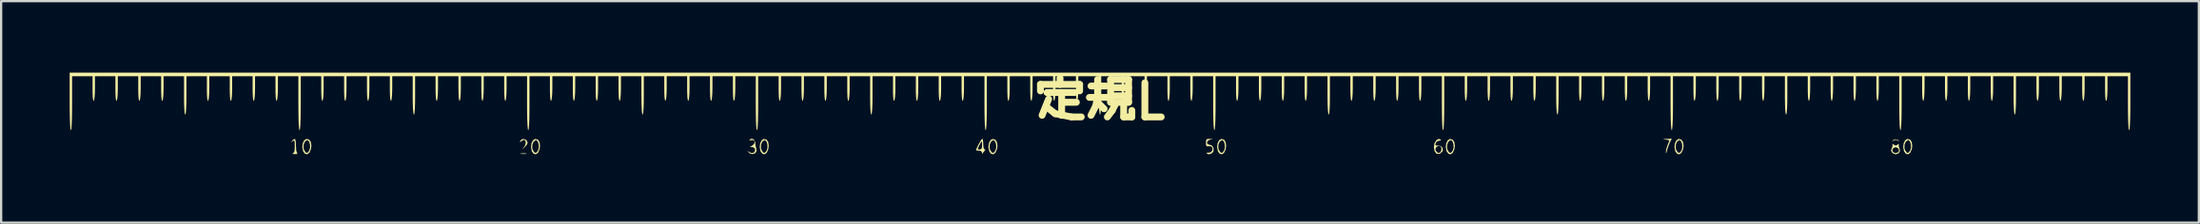
<source format=kicad_pcb>
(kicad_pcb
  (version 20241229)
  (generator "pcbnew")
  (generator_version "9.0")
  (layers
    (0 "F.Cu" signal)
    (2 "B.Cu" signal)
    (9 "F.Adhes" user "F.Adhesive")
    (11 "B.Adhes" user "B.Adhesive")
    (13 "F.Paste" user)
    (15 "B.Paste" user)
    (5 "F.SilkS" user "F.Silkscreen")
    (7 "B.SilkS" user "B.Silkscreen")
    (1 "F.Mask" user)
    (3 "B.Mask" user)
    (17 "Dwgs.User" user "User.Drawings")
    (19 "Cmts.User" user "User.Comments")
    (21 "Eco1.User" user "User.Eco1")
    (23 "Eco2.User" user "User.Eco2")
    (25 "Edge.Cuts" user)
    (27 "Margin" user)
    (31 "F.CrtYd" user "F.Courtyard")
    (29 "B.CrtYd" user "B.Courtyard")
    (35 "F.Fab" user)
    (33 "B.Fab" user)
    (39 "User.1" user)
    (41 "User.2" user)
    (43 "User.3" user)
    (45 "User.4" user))
  (footprint "定規L"
    (layer "F.Cu")
    (at 45.109 1.404)
    (property "Reference" "定規L" (at 0 0 0) (layer "F.SilkS") (effects (font (size 1.5 1.5) (thickness 0.3))))
    (attr board_only exclude_from_pos_files exclude_from_bom)
    (fp_poly (pts (xy -25.123 2.281) (xy -25.098 2.295) (xy -25.165 2.303) (xy -25.242 2.304) (xy -25.356 2.3) (xy -25.387 2.29) (xy -25.36 2.281) (xy -25.207 2.273)) (stroke (width 0) (type solid)) (fill yes) (layer "F.SilkS"))
    (fp_poly (pts (xy 34.933 1.685) (xy 34.969 1.727) (xy 34.967 1.758) (xy 34.956 1.74) (xy 34.887 1.694) (xy 34.833 1.686) (xy 34.738 1.712) (xy 34.709 1.74) (xy 34.693 1.752) (xy 34.696 1.727) (xy 34.752 1.675) (xy 34.833 1.66)) (stroke (width 0) (type solid)) (fill yes) (layer "F.SilkS"))
    (fp_poly (pts (xy -25.114 1.697) (xy -25.086 1.735) (xy -25.062 1.814) (xy -25.092 1.894) (xy -25.191 2.007) (xy -25.201 2.017) (xy -25.276 2.091) (xy -25.288 2.095) (xy -25.255 2.055) (xy -25.171 1.923) (xy -25.141 1.803) (xy -25.159 1.717) (xy -25.219 1.685) (xy -25.315 1.728) (xy -25.343 1.752) (xy -25.394 1.79) (xy -25.39 1.743) (xy -25.389 1.739) (xy -25.321 1.661) (xy -25.215 1.647)) (stroke (width 0) (type solid)) (fill yes) (layer "F.SilkS"))
    (fp_poly (pts (xy 24.953 1.79) (xy 24.884 1.953) (xy 24.828 2.135) (xy 24.825 2.146) (xy 24.794 2.252) (xy 24.776 2.257) (xy 24.773 2.225) (xy 24.79 2.096) (xy 24.837 1.938) (xy 24.847 1.915) (xy 24.897 1.791) (xy 24.924 1.716) (xy 24.926 1.71) (xy 24.88 1.693) (xy 24.768 1.673) (xy 24.754 1.672) (xy 24.663 1.658) (xy 24.665 1.65) (xy 24.766 1.644) (xy 24.809 1.642) (xy 25.034 1.634)) (stroke (width 0) (type solid)) (fill yes) (layer "F.SilkS"))
    (fp_poly (pts (xy -35.236 1.657) (xy -35.209 1.76) (xy -35.202 1.945) (xy -35.19 2.149) (xy -35.157 2.264) (xy -35.136 2.284) (xy -35.137 2.3) (xy -35.221 2.308) (xy -35.254 2.308) (xy -35.35 2.302) (xy -35.362 2.287) (xy -35.347 2.282) (xy -35.292 2.246) (xy -35.263 2.159) (xy -35.254 1.994) (xy -35.254 1.966) (xy -35.257 1.802) (xy -35.27 1.725) (xy -35.302 1.716) (xy -35.347 1.746) (xy -35.409 1.791) (xy -35.396 1.764) (xy -35.366 1.726) (xy -35.287 1.647)) (stroke (width 0) (type solid)) (fill yes) (layer "F.SilkS"))
    (fp_poly (pts (xy -34.626 1.671) (xy -34.551 1.778) (xy -34.526 1.943) (xy -34.547 2.096) (xy -34.614 2.248) (xy -34.707 2.317) (xy -34.805 2.298) (xy -34.887 2.187) (xy -34.89 2.177) (xy -34.917 2.043) (xy -34.869 2.043) (xy -34.843 2.132) (xy -34.769 2.244) (xy -34.695 2.25) (xy -34.619 2.155) (xy -34.584 2.029) (xy -34.588 1.888) (xy -34.623 1.766) (xy -34.684 1.7) (xy -34.716 1.697) (xy -34.809 1.762) (xy -34.863 1.89) (xy -34.869 2.043) (xy -34.917 2.043) (xy -34.924 2.006) (xy -34.904 1.837) (xy -34.841 1.706) (xy -34.742 1.643) (xy -34.741 1.643)) (stroke (width 0) (type solid)) (fill yes) (layer "F.SilkS"))
    (fp_poly (pts (xy -24.613 1.671) (xy -24.539 1.778) (xy -24.514 1.943) (xy -24.535 2.096) (xy -24.602 2.248) (xy -24.695 2.317) (xy -24.793 2.298) (xy -24.874 2.187) (xy -24.878 2.177) (xy -24.904 2.043) (xy -24.857 2.043) (xy -24.831 2.132) (xy -24.757 2.244) (xy -24.682 2.25) (xy -24.607 2.155) (xy -24.571 2.029) (xy -24.575 1.888) (xy -24.611 1.766) (xy -24.671 1.7) (xy -24.704 1.697) (xy -24.796 1.762) (xy -24.851 1.89) (xy -24.857 2.043) (xy -24.904 2.043) (xy -24.911 2.006) (xy -24.892 1.837) (xy -24.828 1.706) (xy -24.73 1.643) (xy -24.729 1.643)) (stroke (width 0) (type solid)) (fill yes) (layer "F.SilkS"))
    (fp_poly (pts (xy -14.601 1.671) (xy -14.526 1.778) (xy -14.502 1.943) (xy -14.522 2.096) (xy -14.589 2.248) (xy -14.683 2.317) (xy -14.78 2.298) (xy -14.862 2.187) (xy -14.865 2.177) (xy -14.892 2.043) (xy -14.844 2.043) (xy -14.818 2.132) (xy -14.744 2.244) (xy -14.67 2.25) (xy -14.594 2.155) (xy -14.559 2.029) (xy -14.563 1.888) (xy -14.598 1.766) (xy -14.659 1.7) (xy -14.691 1.697) (xy -14.784 1.762) (xy -14.838 1.89) (xy -14.844 2.043) (xy -14.892 2.043) (xy -14.899 2.006) (xy -14.879 1.837) (xy -14.816 1.706) (xy -14.717 1.643) (xy -14.716 1.643)) (stroke (width 0) (type solid)) (fill yes) (layer "F.SilkS"))
    (fp_poly (pts (xy -4.588 1.671) (xy -4.514 1.778) (xy -4.489 1.943) (xy -4.51 2.096) (xy -4.577 2.248) (xy -4.67 2.317) (xy -4.768 2.298) (xy -4.849 2.187) (xy -4.853 2.177) (xy -4.879 2.043) (xy -4.832 2.043) (xy -4.806 2.132) (xy -4.732 2.244) (xy -4.657 2.25) (xy -4.582 2.155) (xy -4.546 2.029) (xy -4.55 1.888) (xy -4.586 1.766) (xy -4.646 1.7) (xy -4.679 1.697) (xy -4.771 1.762) (xy -4.826 1.89) (xy -4.832 2.043) (xy -4.879 2.043) (xy -4.887 2.006) (xy -4.867 1.837) (xy -4.803 1.706) (xy -4.705 1.643) (xy -4.704 1.643)) (stroke (width 0) (type solid)) (fill yes) (layer "F.SilkS"))
    (fp_poly (pts (xy 5.424 1.671) (xy 5.499 1.778) (xy 5.523 1.943) (xy 5.503 2.096) (xy 5.435 2.248) (xy 5.342 2.317) (xy 5.245 2.298) (xy 5.163 2.187) (xy 5.159 2.177) (xy 5.133 2.043) (xy 5.181 2.043) (xy 5.206 2.132) (xy 5.281 2.244) (xy 5.355 2.25) (xy 5.431 2.155) (xy 5.466 2.029) (xy 5.462 1.888) (xy 5.427 1.766) (xy 5.366 1.7) (xy 5.334 1.697) (xy 5.241 1.762) (xy 5.186 1.89) (xy 5.181 2.043) (xy 5.133 2.043) (xy 5.126 2.006) (xy 5.145 1.837) (xy 5.209 1.706) (xy 5.308 1.643) (xy 5.309 1.643)) (stroke (width 0) (type solid)) (fill yes) (layer "F.SilkS"))
    (fp_poly (pts (xy 15.436 1.671) (xy 15.511 1.778) (xy 15.536 1.943) (xy 15.515 2.096) (xy 15.448 2.248) (xy 15.355 2.317) (xy 15.257 2.298) (xy 15.176 2.187) (xy 15.172 2.177) (xy 15.146 2.043) (xy 15.193 2.043) (xy 15.219 2.132) (xy 15.293 2.244) (xy 15.368 2.25) (xy 15.443 2.155) (xy 15.479 2.029) (xy 15.475 1.888) (xy 15.439 1.766) (xy 15.379 1.7) (xy 15.346 1.697) (xy 15.254 1.762) (xy 15.199 1.89) (xy 15.193 2.043) (xy 15.146 2.043) (xy 15.138 2.006) (xy 15.158 1.837) (xy 15.222 1.706) (xy 15.32 1.643) (xy 15.321 1.643)) (stroke (width 0) (type solid)) (fill yes) (layer "F.SilkS"))
    (fp_poly (pts (xy 25.449 1.671) (xy 25.524 1.778) (xy 25.548 1.943) (xy 25.528 2.096) (xy 25.46 2.248) (xy 25.367 2.317) (xy 25.269 2.298) (xy 25.188 2.187) (xy 25.184 2.177) (xy 25.158 2.043) (xy 25.206 2.043) (xy 25.231 2.132) (xy 25.306 2.244) (xy 25.38 2.25) (xy 25.456 2.155) (xy 25.491 2.029) (xy 25.487 1.888) (xy 25.451 1.766) (xy 25.391 1.7) (xy 25.359 1.697) (xy 25.266 1.762) (xy 25.211 1.89) (xy 25.206 2.043) (xy 25.158 2.043) (xy 25.151 2.006) (xy 25.17 1.837) (xy 25.234 1.706) (xy 25.333 1.643) (xy 25.334 1.643)) (stroke (width 0) (type solid)) (fill yes) (layer "F.SilkS"))
    (fp_poly (pts (xy 35.461 1.671) (xy 35.536 1.778) (xy 35.561 1.943) (xy 35.54 2.096) (xy 35.473 2.248) (xy 35.38 2.317) (xy 35.282 2.298) (xy 35.2 2.187) (xy 35.197 2.177) (xy 35.171 2.043) (xy 35.218 2.043) (xy 35.244 2.132) (xy 35.318 2.244) (xy 35.393 2.25) (xy 35.468 2.155) (xy 35.503 2.029) (xy 35.5 1.888) (xy 35.464 1.766) (xy 35.404 1.7) (xy 35.371 1.697) (xy 35.279 1.762) (xy 35.224 1.89) (xy 35.218 2.043) (xy 35.171 2.043) (xy 35.163 2.006) (xy 35.183 1.837) (xy 35.247 1.706) (xy 35.345 1.643) (xy 35.346 1.643)) (stroke (width 0) (type solid)) (fill yes) (layer "F.SilkS"))
    (fp_poly (pts (xy -15.152 1.67) (xy -15.098 1.778) (xy -15.094 1.819) (xy -15.077 1.967) (xy -15.048 2.069) (xy -15.038 2.186) (xy -15.1 2.271) (xy -15.204 2.31) (xy -15.319 2.288) (xy -15.392 2.226) (xy -15.435 2.166) (xy -15.411 2.18) (xy -15.388 2.2) (xy -15.269 2.262) (xy -15.164 2.249) (xy -15.104 2.176) (xy -15.111 2.068) (xy -15.177 2.014) (xy -15.248 1.999) (xy -15.326 1.994) (xy -15.309 1.976) (xy -15.243 1.948) (xy -15.144 1.863) (xy -15.124 1.787) (xy -15.142 1.707) (xy -15.218 1.693) (xy -15.26 1.7) (xy -15.348 1.706) (xy -15.344 1.675) (xy -15.245 1.63)) (stroke (width 0) (type solid)) (fill yes) (layer "F.SilkS"))
    (fp_poly (pts (xy 4.916 1.648) (xy 4.923 1.656) (xy 4.835 1.671) (xy 4.732 1.717) (xy 4.685 1.793) (xy 4.702 1.864) (xy 4.788 1.897) (xy 4.794 1.897) (xy 4.907 1.941) (xy 4.972 2.048) (xy 4.968 2.18) (xy 4.954 2.213) (xy 4.87 2.293) (xy 4.761 2.319) (xy 4.674 2.281) (xy 4.667 2.271) (xy 4.682 2.243) (xy 4.733 2.248) (xy 4.845 2.233) (xy 4.918 2.15) (xy 4.922 2.035) (xy 4.921 2.031) (xy 4.848 1.963) (xy 4.762 1.964) (xy 4.677 1.968) (xy 4.643 1.916) (xy 4.637 1.811) (xy 4.646 1.691) (xy 4.694 1.645) (xy 4.809 1.642)) (stroke (width 0) (type solid)) (fill yes) (layer "F.SilkS"))
    (fp_poly (pts (xy 34.973 1.882) (xy 34.968 1.972) (xy 34.999 2.049) (xy 35.025 2.169) (xy 34.967 2.271) (xy 34.848 2.318) (xy 34.833 2.319) (xy 34.724 2.281) (xy 34.671 2.235) (xy 34.629 2.147) (xy 34.637 2.126) (xy 34.684 2.126) (xy 34.712 2.21) (xy 34.798 2.262) (xy 34.833 2.266) (xy 34.936 2.23) (xy 34.974 2.182) (xy 34.966 2.086) (xy 34.933 2.051) (xy 34.844 2.008) (xy 34.767 2.03) (xy 34.733 2.051) (xy 34.684 2.126) (xy 34.637 2.126) (xy 34.666 2.049) (xy 34.703 1.942) (xy 34.693 1.882) (xy 34.691 1.855) (xy 34.744 1.89) (xy 34.829 1.936) (xy 34.911 1.899) (xy 34.922 1.89) (xy 34.979 1.854)) (stroke (width 0) (type solid)) (fill yes) (layer "F.SilkS"))
    (fp_poly (pts (xy 14.914 1.666) (xy 14.919 1.671) (xy 14.923 1.709) (xy 14.856 1.717) (xy 14.743 1.76) (xy 14.699 1.828) (xy 14.681 1.911) (xy 14.733 1.935) (xy 14.79 1.933) (xy 14.925 1.961) (xy 15.003 2.047) (xy 15.005 2.163) (xy 14.986 2.2) (xy 14.881 2.294) (xy 14.756 2.297) (xy 14.72 2.279) (xy 14.647 2.177) (xy 14.633 2.103) (xy 14.683 2.103) (xy 14.707 2.169) (xy 14.79 2.254) (xy 14.88 2.248) (xy 14.939 2.161) (xy 14.946 2.031) (xy 14.886 1.958) (xy 14.788 1.96) (xy 14.715 2.011) (xy 14.683 2.103) (xy 14.633 2.103) (xy 14.617 2.021) (xy 14.637 1.855) (xy 14.646 1.828) (xy 14.724 1.701) (xy 14.822 1.642)) (stroke (width 0) (type solid)) (fill yes) (layer "F.SilkS"))
    (fp_poly (pts (xy -5.129 1.681) (xy -5.114 1.8) (xy -5.112 1.871) (xy -5.098 2.036) (xy -5.057 2.106) (xy -5.046 2.109) (xy -5.011 2.124) (xy -5.038 2.148) (xy -5.108 2.23) (xy -5.126 2.266) (xy -5.151 2.311) (xy -5.16 2.254) (xy -5.16 2.253) (xy -5.206 2.177) (xy -5.296 2.161) (xy -5.395 2.152) (xy -5.428 2.136) (xy -5.416 2.097) (xy -5.345 2.097) (xy -5.29 2.108) (xy -5.271 2.108) (xy -5.199 2.089) (xy -5.169 2.013) (xy -5.164 1.915) (xy -5.167 1.79) (xy -5.184 1.755) (xy -5.225 1.811) (xy -5.291 1.937) (xy -5.344 2.049) (xy -5.345 2.097) (xy -5.416 2.097) (xy -5.405 2.062) (xy -5.348 1.942) (xy -5.276 1.808) (xy -5.207 1.695) (xy -5.16 1.636) (xy -5.154 1.634)) (stroke (width 0) (type solid)) (fill yes) (layer "F.SilkS"))
    (fp_poly (pts (xy 45.109 0) (xy 45.107 0.434) (xy 45.1 0.782) (xy 45.09 1.04) (xy 45.076 1.202) (xy 45.058 1.264) (xy 45.056 1.265) (xy 45.037 1.213) (xy 45.023 1.061) (xy 45.012 0.814) (xy 45.005 0.478) (xy 45.003 0.079) (xy 45.003 -1.107) (xy 44.555 -1.107) (xy 44.107 -1.107) (xy 44.107 -0.583) (xy 44.102 -0.354) (xy 44.089 -0.17) (xy 44.069 -0.054) (xy 44.055 -0.026) (xy 44.029 -0.06) (xy 44.012 -0.193) (xy 44.003 -0.42) (xy 44.002 -0.55) (xy 44.002 -1.107) (xy 43.554 -1.107) (xy 43.106 -1.107) (xy 43.106 -0.583) (xy 43.101 -0.354) (xy 43.088 -0.17) (xy 43.068 -0.054) (xy 43.054 -0.026) (xy 43.028 -0.06) (xy 43.011 -0.193) (xy 43.002 -0.42) (xy 43.001 -0.55) (xy 43.001 -1.107) (xy 42.553 -1.107) (xy 42.105 -1.107) (xy 42.105 -0.583) (xy 42.1 -0.354) (xy 42.086 -0.17) (xy 42.066 -0.054) (xy 42.052 -0.026) (xy 42.027 -0.06) (xy 42.009 -0.193) (xy 42.001 -0.42) (xy 42 -0.55) (xy 42 -1.107) (xy 41.552 -1.107) (xy 41.104 -1.107) (xy 41.104 -0.583) (xy 41.099 -0.354) (xy 41.085 -0.17) (xy 41.065 -0.054) (xy 41.051 -0.026) (xy 41.025 -0.06) (xy 41.008 -0.193) (xy 40.999 -0.42) (xy 40.998 -0.55) (xy 40.998 -1.107) (xy 40.55 -1.107) (xy 40.102 -1.107) (xy 40.102 -0.263) (xy 40.099 0.072) (xy 40.09 0.33) (xy 40.075 0.501) (xy 40.055 0.577) (xy 40.05 0.58) (xy 40.029 0.528) (xy 40.013 0.38) (xy 40.002 0.143) (xy 39.997 -0.175) (xy 39.997 -0.263) (xy 39.997 -1.107) (xy 39.549 -1.107) (xy 39.101 -1.107) (xy 39.101 -0.583) (xy 39.096 -0.354) (xy 39.083 -0.17) (xy 39.063 -0.054) (xy 39.049 -0.026) (xy 39.023 -0.06) (xy 39.006 -0.193) (xy 38.997 -0.42) (xy 38.996 -0.55) (xy 38.996 -1.107) (xy 38.548 -1.107) (xy 38.1 -1.107) (xy 38.1 -0.583) (xy 38.095 -0.354) (xy 38.081 -0.17) (xy 38.061 -0.054) (xy 38.047 -0.026) (xy 38.022 -0.06) (xy 38.004 -0.193) (xy 37.996 -0.42) (xy 37.995 -0.55) (xy 37.995 -1.107) (xy 37.547 -1.107) (xy 37.099 -1.107) (xy 37.099 -0.583) (xy 37.094 -0.354) (xy 37.08 -0.17) (xy 37.06 -0.054) (xy 37.046 -0.026) (xy 37.02 -0.06) (xy 37.003 -0.193) (xy 36.994 -0.42) (xy 36.993 -0.55) (xy 36.993 -1.107) (xy 36.545 -1.107) (xy 36.098 -1.107) (xy 36.098 -0.583) (xy 36.092 -0.354) (xy 36.079 -0.17) (xy 36.059 -0.054) (xy 36.045 -0.026) (xy 36.019 -0.06) (xy 36.002 -0.193) (xy 35.993 -0.42) (xy 35.992 -0.55) (xy 35.992 -1.107) (xy 35.544 -1.107) (xy 35.096 -1.107) (xy 35.096 0.079) (xy 35.094 0.496) (xy 35.087 0.828) (xy 35.076 1.071) (xy 35.061 1.218) (xy 35.044 1.265) (xy 35.025 1.213) (xy 35.01 1.061) (xy 34.999 0.814) (xy 34.993 0.478) (xy 34.991 0.079) (xy 34.991 -1.107) (xy 34.543 -1.107) (xy 34.095 -1.107) (xy 34.095 -0.583) (xy 34.09 -0.354) (xy 34.076 -0.17) (xy 34.056 -0.054) (xy 34.042 -0.026) (xy 34.017 -0.06) (xy 33.999 -0.193) (xy 33.991 -0.42) (xy 33.99 -0.55) (xy 33.99 -1.107) (xy 33.542 -1.107) (xy 33.094 -1.107) (xy 33.094 -0.583) (xy 33.089 -0.354) (xy 33.075 -0.17) (xy 33.055 -0.054) (xy 33.041 -0.026) (xy 33.015 -0.06) (xy 32.998 -0.193) (xy 32.989 -0.42) (xy 32.988 -0.55) (xy 32.988 -1.107) (xy 32.54 -1.107) (xy 32.093 -1.107) (xy 32.093 -0.583) (xy 32.088 -0.354) (xy 32.074 -0.17) (xy 32.054 -0.054) (xy 32.04 -0.026) (xy 32.014 -0.06) (xy 31.997 -0.193) (xy 31.988 -0.42) (xy 31.987 -0.55) (xy 31.987 -1.107) (xy 31.539 -1.107) (xy 31.091 -1.107) (xy 31.091 -0.583) (xy 31.086 -0.354) (xy 31.073 -0.17) (xy 31.053 -0.054) (xy 31.039 -0.026) (xy 31.013 -0.06) (xy 30.996 -0.193) (xy 30.987 -0.42) (xy 30.986 -0.55) (xy 30.986 -1.107) (xy 30.538 -1.107) (xy 30.09 -1.107) (xy 30.09 -0.263) (xy 30.087 0.072) (xy 30.078 0.33) (xy 30.063 0.501) (xy 30.043 0.577) (xy 30.037 0.58) (xy 30.016 0.528) (xy 30 0.38) (xy 29.99 0.143) (xy 29.985 -0.175) (xy 29.985 -0.263) (xy 29.985 -1.107) (xy 29.537 -1.107) (xy 29.089 -1.107) (xy 29.089 -0.583) (xy 29.084 -0.354) (xy 29.07 -0.17) (xy 29.05 -0.054) (xy 29.036 -0.026) (xy 29.011 -0.06) (xy 28.993 -0.193) (xy 28.984 -0.42) (xy 28.983 -0.55) (xy 28.983 -1.107) (xy 28.535 -1.107) (xy 28.088 -1.107) (xy 28.088 -0.583) (xy 28.083 -0.354) (xy 28.069 -0.17) (xy 28.049 -0.054) (xy 28.035 -0.026) (xy 28.009 -0.06) (xy 27.992 -0.193) (xy 27.983 -0.42) (xy 27.982 -0.55) (xy 27.982 -1.107) (xy 27.534 -1.107) (xy 27.086 -1.107) (xy 27.086 -0.583) (xy 27.081 -0.354) (xy 27.068 -0.17) (xy 27.048 -0.054) (xy 27.034 -0.026) (xy 27.008 -0.06) (xy 26.991 -0.193) (xy 26.982 -0.42) (xy 26.981 -0.55) (xy 26.981 -1.107) (xy 26.533 -1.107) (xy 26.085 -1.107) (xy 26.085 -0.583) (xy 26.08 -0.354) (xy 26.066 -0.17) (xy 26.046 -0.054) (xy 26.032 -0.026) (xy 26.007 -0.06) (xy 25.989 -0.193) (xy 25.981 -0.42) (xy 25.98 -0.55) (xy 25.98 -1.107) (xy 25.532 -1.107) (xy 25.084 -1.107) (xy 25.084 0.079) (xy 25.082 0.496) (xy 25.075 0.828) (xy 25.064 1.071) (xy 25.049 1.218) (xy 25.031 1.265) (xy 25.013 1.213) (xy 24.998 1.061) (xy 24.987 0.814) (xy 24.981 0.478) (xy 24.978 0.079) (xy 24.978 -1.107) (xy 24.53 -1.107) (xy 24.083 -1.107) (xy 24.083 -0.583) (xy 24.078 -0.354) (xy 24.064 -0.17) (xy 24.044 -0.054) (xy 24.03 -0.026) (xy 24.004 -0.06) (xy 23.987 -0.193) (xy 23.978 -0.42) (xy 23.977 -0.55) (xy 23.977 -1.107) (xy 23.529 -1.107) (xy 23.081 -1.107) (xy 23.081 -0.583) (xy 23.076 -0.354) (xy 23.063 -0.17) (xy 23.043 -0.054) (xy 23.029 -0.026) (xy 23.003 -0.06) (xy 22.986 -0.193) (xy 22.977 -0.42) (xy 22.976 -0.55) (xy 22.976 -1.107) (xy 22.528 -1.107) (xy 22.08 -1.107) (xy 22.08 -0.583) (xy 22.075 -0.354) (xy 22.061 -0.17) (xy 22.042 -0.054) (xy 22.027 -0.026) (xy 22.002 -0.06) (xy 21.984 -0.193) (xy 21.976 -0.42) (xy 21.975 -0.55) (xy 21.975 -1.107) (xy 21.527 -1.107) (xy 21.079 -1.107) (xy 21.079 -0.583) (xy 21.074 -0.354) (xy 21.06 -0.17) (xy 21.04 -0.054) (xy 21.026 -0.026) (xy 21.001 -0.06) (xy 20.983 -0.193) (xy 20.974 -0.42) (xy 20.973 -0.55) (xy 20.973 -1.107) (xy 20.526 -1.107) (xy 20.078 -1.107) (xy 20.078 -0.263) (xy 20.074 0.072) (xy 20.065 0.33) (xy 20.05 0.501) (xy 20.03 0.577) (xy 20.025 0.58) (xy 20.004 0.528) (xy 19.988 0.38) (xy 19.977 0.143) (xy 19.972 -0.175) (xy 19.972 -0.263) (xy 19.972 -1.107) (xy 19.524 -1.107) (xy 19.076 -1.107) (xy 19.076 -0.583) (xy 19.071 -0.354) (xy 19.058 -0.17) (xy 19.038 -0.054) (xy 19.024 -0.026) (xy 18.998 -0.06) (xy 18.981 -0.193) (xy 18.972 -0.42) (xy 18.971 -0.55) (xy 18.971 -1.107) (xy 18.523 -1.107) (xy 18.075 -1.107) (xy 18.075 -0.583) (xy 18.07 -0.354) (xy 18.056 -0.17) (xy 18.037 -0.054) (xy 18.022 -0.026) (xy 17.997 -0.06) (xy 17.979 -0.193) (xy 17.971 -0.42) (xy 17.97 -0.55) (xy 17.97 -1.107) (xy 17.522 -1.107) (xy 17.074 -1.107) (xy 17.074 -0.583) (xy 17.069 -0.354) (xy 17.055 -0.17) (xy 17.035 -0.054) (xy 17.021 -0.026) (xy 16.996 -0.06) (xy 16.978 -0.193) (xy 16.969 -0.42) (xy 16.968 -0.55) (xy 16.968 -1.107) (xy 16.521 -1.107) (xy 16.073 -1.107) (xy 16.073 -0.583) (xy 16.068 -0.354) (xy 16.054 -0.17) (xy 16.034 -0.054) (xy 16.02 -0.026) (xy 15.994 -0.06) (xy 15.977 -0.193) (xy 15.968 -0.42) (xy 15.967 -0.55) (xy 15.967 -1.107) (xy 15.519 -1.107) (xy 15.071 -1.107) (xy 15.071 0.079) (xy 15.069 0.496) (xy 15.062 0.828) (xy 15.051 1.071) (xy 15.036 1.218) (xy 15.019 1.265) (xy 15 1.213) (xy 14.985 1.061) (xy 14.975 0.814) (xy 14.968 0.478) (xy 14.966 0.079) (xy 14.966 -1.107) (xy 14.518 -1.107) (xy 14.07 -1.107) (xy 14.07 -0.583) (xy 14.065 -0.354) (xy 14.052 -0.17) (xy 14.032 -0.054) (xy 14.017 -0.026) (xy 13.992 -0.06) (xy 13.974 -0.193) (xy 13.966 -0.42) (xy 13.965 -0.55) (xy 13.965 -1.107) (xy 13.517 -1.107) (xy 13.069 -1.107) (xy 13.069 -0.583) (xy 13.064 -0.354) (xy 13.05 -0.17) (xy 13.03 -0.054) (xy 13.016 -0.026) (xy 12.991 -0.06) (xy 12.973 -0.193) (xy 12.964 -0.42) (xy 12.963 -0.55) (xy 12.963 -1.107) (xy 12.516 -1.107) (xy 12.068 -1.107) (xy 12.068 -0.583) (xy 12.063 -0.354) (xy 12.049 -0.17) (xy 12.029 -0.054) (xy 12.015 -0.026) (xy 11.989 -0.06) (xy 11.972 -0.193) (xy 11.963 -0.42) (xy 11.962 -0.55) (xy 11.962 -1.107) (xy 11.514 -1.107) (xy 11.066 -1.107) (xy 11.066 -0.583) (xy 11.061 -0.354) (xy 11.048 -0.17) (xy 11.028 -0.054) (xy 11.014 -0.026) (xy 10.988 -0.06) (xy 10.971 -0.193) (xy 10.962 -0.42) (xy 10.961 -0.55) (xy 10.961 -1.107) (xy 10.513 -1.107) (xy 10.065 -1.107) (xy 10.065 -0.263) (xy 10.062 0.072) (xy 10.053 0.33) (xy 10.038 0.501) (xy 10.018 0.577) (xy 10.012 0.58) (xy 9.991 0.528) (xy 9.975 0.38) (xy 9.965 0.143) (xy 9.96 -0.175) (xy 9.96 -0.263) (xy 9.96 -1.107) (xy 9.512 -1.107) (xy 9.064 -1.107) (xy 9.064 -0.583) (xy 9.059 -0.354) (xy 9.045 -0.17) (xy 9.025 -0.054) (xy 9.011 -0.026) (xy 8.986 -0.06) (xy 8.968 -0.193) (xy 8.959 -0.42) (xy 8.959 -0.55) (xy 8.959 -1.107) (xy 8.511 -1.107) (xy 8.063 -1.107) (xy 8.063 -0.583) (xy 8.058 -0.354) (xy 8.044 -0.17) (xy 8.024 -0.054) (xy 8.01 -0.026) (xy 7.984 -0.06) (xy 7.967 -0.193) (xy 7.958 -0.42) (xy 7.957 -0.55) (xy 7.957 -1.107) (xy 7.509 -1.107) (xy 7.061 -1.107) (xy 7.061 -0.583) (xy 7.056 -0.354) (xy 7.043 -0.17) (xy 7.023 -0.054) (xy 7.009 -0.026) (xy 6.983 -0.06) (xy 6.966 -0.193) (xy 6.957 -0.42) (xy 6.956 -0.55) (xy 6.956 -1.107) (xy 6.508 -1.107) (xy 6.06 -1.107) (xy 6.06 -0.583) (xy 6.055 -0.354) (xy 6.042 -0.17) (xy 6.022 -0.054) (xy 6.007 -0.026) (xy 5.982 -0.06) (xy 5.964 -0.193) (xy 5.956 -0.42) (xy 5.955 -0.55) (xy 5.955 -1.107) (xy 5.507 -1.107) (xy 5.059 -1.107) (xy 5.059 0.079) (xy 5.057 0.496) (xy 5.05 0.828) (xy 5.039 1.071) (xy 5.024 1.218) (xy 5.006 1.265) (xy 4.988 1.213) (xy 4.973 1.061) (xy 4.962 0.814) (xy 4.956 0.478) (xy 4.954 0.079) (xy 4.954 -1.107) (xy 4.506 -1.107) (xy 4.058 -1.107) (xy 4.058 -0.583) (xy 4.053 -0.354) (xy 4.039 -0.17) (xy 4.019 -0.054) (xy 4.005 -0.026) (xy 3.979 -0.06) (xy 3.962 -0.193) (xy 3.953 -0.42) (xy 3.952 -0.55) (xy 3.952 -1.107) (xy 3.504 -1.107) (xy 3.056 -1.107) (xy 3.056 -0.583) (xy 3.051 -0.354) (xy 3.038 -0.17) (xy 3.018 -0.054) (xy 3.004 -0.026) (xy 2.978 -0.06) (xy 2.961 -0.193) (xy 2.952 -0.42) (xy 2.951 -0.55) (xy 2.951 -1.107) (xy 2.503 -1.107) (xy 2.055 -1.107) (xy 2.055 -0.583) (xy 2.05 -0.354) (xy 2.037 -0.17) (xy 2.017 -0.054) (xy 2.002 -0.026) (xy 1.977 -0.06) (xy 1.959 -0.193) (xy 1.951 -0.42) (xy 1.95 -0.55) (xy 1.95 -1.107) (xy 1.502 -1.107) (xy 1.054 -1.107) (xy 1.054 -0.583) (xy 1.049 -0.354) (xy 1.035 -0.17) (xy 1.015 -0.054) (xy 1.001 -0.026) (xy 0.976 -0.06) (xy 0.958 -0.193) (xy 0.949 -0.42) (xy 0.949 -0.55) (xy 0.949 -1.107) (xy 0.501 -1.107) (xy 0.053 -1.107) (xy 0.053 -0.263) (xy 0.049 0.072) (xy 0.04 0.33) (xy 0.025 0.501) (xy 0.006 0.577) (xy 0 0.58) (xy -0.021 0.528) (xy -0.037 0.38) (xy -0.048 0.143) (xy -0.053 -0.175) (xy -0.053 -0.263) (xy -0.053 -1.107) (xy -0.501 -1.107) (xy -0.949 -1.107) (xy -0.949 -0.583) (xy -0.954 -0.354) (xy -0.967 -0.17) (xy -0.987 -0.054) (xy -1.001 -0.026) (xy -1.027 -0.06) (xy -1.044 -0.193) (xy -1.053 -0.42) (xy -1.054 -0.55) (xy -1.054 -1.107) (xy -1.502 -1.107) (xy -1.95 -1.107) (xy -1.95 -0.583) (xy -1.955 -0.354) (xy -1.968 -0.17) (xy -1.988 -0.054) (xy -2.002 -0.026) (xy -2.028 -0.06) (xy -2.046 -0.193) (xy -2.054 -0.42) (xy -2.055 -0.55) (xy -2.055 -1.107) (xy -2.503 -1.107) (xy -2.951 -1.107) (xy -2.951 -0.583) (xy -2.956 -0.354) (xy -2.97 -0.17) (xy -2.99 -0.054) (xy -3.004 -0.026) (xy -3.029 -0.06) (xy -3.047 -0.193) (xy -3.055 -0.42) (xy -3.056 -0.55) (xy -3.056 -1.107) (xy -3.504 -1.107) (xy -3.952 -1.107) (xy -3.952 -0.583) (xy -3.957 -0.354) (xy -3.971 -0.17) (xy -3.991 -0.054) (xy -4.005 -0.026) (xy -4.031 -0.06) (xy -4.048 -0.193) (xy -4.057 -0.42) (xy -4.058 -0.55) (xy -4.058 -1.107) (xy -4.506 -1.107) (xy -4.954 -1.107) (xy -4.954 0.079) (xy -4.956 0.496) (xy -4.963 0.828) (xy -4.974 1.071) (xy -4.989 1.218) (xy -5.006 1.265) (xy -5.025 1.213) (xy -5.04 1.061) (xy -5.05 0.814) (xy -5.057 0.478) (xy -5.059 0.079) (xy -5.059 -1.107) (xy -5.507 -1.107) (xy -5.955 -1.107) (xy -5.955 -0.583) (xy -5.96 -0.354) (xy -5.973 -0.17) (xy -5.993 -0.054) (xy -6.007 -0.026) (xy -6.033 -0.06) (xy -6.05 -0.193) (xy -6.059 -0.42) (xy -6.06 -0.55) (xy -6.06 -1.107) (xy -6.508 -1.107) (xy -6.956 -1.107) (xy -6.956 -0.583) (xy -6.961 -0.354) (xy -6.975 -0.17) (xy -6.995 -0.054) (xy -7.009 -0.026) (xy -7.034 -0.06) (xy -7.052 -0.193) (xy -7.06 -0.42) (xy -7.061 -0.55) (xy -7.061 -1.107) (xy -7.509 -1.107) (xy -7.957 -1.107) (xy -7.957 -0.583) (xy -7.962 -0.354) (xy -7.976 -0.17) (xy -7.996 -0.054) (xy -8.01 -0.026) (xy -8.036 -0.06) (xy -8.053 -0.193) (xy -8.062 -0.42) (xy -8.063 -0.55) (xy -8.063 -1.107) (xy -8.511 -1.107) (xy -8.959 -1.107) (xy -8.959 -0.583) (xy -8.964 -0.354) (xy -8.977 -0.17) (xy -8.997 -0.054) (xy -9.011 -0.026) (xy -9.037 -0.06) (xy -9.054 -0.193) (xy -9.063 -0.42) (xy -9.064 -0.55) (xy -9.064 -1.107) (xy -9.512 -1.107) (xy -9.96 -1.107) (xy -9.96 -0.263) (xy -9.963 0.072) (xy -9.972 0.33) (xy -9.987 0.501) (xy -10.007 0.577) (xy -10.012 0.58) (xy -10.033 0.528) (xy -10.05 0.38) (xy -10.06 0.143) (xy -10.065 -0.175) (xy -10.065 -0.263) (xy -10.065 -1.107) (xy -10.513 -1.107) (xy -10.961 -1.107) (xy -10.961 -0.583) (xy -10.966 -0.354) (xy -10.98 -0.17) (xy -11 -0.054) (xy -11.014 -0.026) (xy -11.039 -0.06) (xy -11.057 -0.193) (xy -11.065 -0.42) (xy -11.066 -0.55) (xy -11.066 -1.107) (xy -11.514 -1.107) (xy -11.962 -1.107) (xy -11.962 -0.583) (xy -11.967 -0.354) (xy -11.981 -0.17) (xy -12.001 -0.054) (xy -12.015 -0.026) (xy -12.041 -0.06) (xy -12.058 -0.193) (xy -12.067 -0.42) (xy -12.068 -0.55) (xy -12.068 -1.107) (xy -12.516 -1.107) (xy -12.963 -1.107) (xy -12.963 -0.583) (xy -12.969 -0.354) (xy -12.982 -0.17) (xy -13.002 -0.054) (xy -13.016 -0.026) (xy -13.042 -0.06) (xy -13.059 -0.193) (xy -13.068 -0.42) (xy -13.069 -0.55) (xy -13.069 -1.107) (xy -13.517 -1.107) (xy -13.965 -1.107) (xy -13.965 -0.583) (xy -13.97 -0.354) (xy -13.983 -0.17) (xy -14.003 -0.054) (xy -14.017 -0.026) (xy -14.043 -0.06) (xy -14.06 -0.193) (xy -14.069 -0.42) (xy -14.07 -0.55) (xy -14.07 -1.107) (xy -14.518 -1.107) (xy -14.966 -1.107) (xy -14.966 0.079) (xy -14.968 0.496) (xy -14.975 0.828) (xy -14.986 1.071) (xy -15.001 1.218) (xy -15.019 1.265) (xy -15.037 1.213) (xy -15.052 1.061) (xy -15.063 0.814) (xy -15.069 0.478) (xy -15.071 0.079) (xy -15.071 -1.107) (xy -15.519 -1.107) (xy -15.967 -1.107) (xy -15.967 -0.583) (xy -15.972 -0.354) (xy -15.986 -0.17) (xy -16.006 -0.054) (xy -16.02 -0.026) (xy -16.046 -0.06) (xy -16.063 -0.193) (xy -16.072 -0.42) (xy -16.073 -0.55) (xy -16.073 -1.107) (xy -16.521 -1.107) (xy -16.968 -1.107) (xy -16.968 -0.583) (xy -16.973 -0.354) (xy -16.987 -0.17) (xy -17.007 -0.054) (xy -17.021 -0.026) (xy -17.047 -0.06) (xy -17.064 -0.193) (xy -17.073 -0.42) (xy -17.074 -0.55) (xy -17.074 -1.107) (xy -17.522 -1.107) (xy -17.97 -1.107) (xy -17.97 -0.583) (xy -17.975 -0.354) (xy -17.988 -0.17) (xy -18.008 -0.054) (xy -18.022 -0.026) (xy -18.048 -0.06) (xy -18.065 -0.193) (xy -18.074 -0.42) (xy -18.075 -0.55) (xy -18.075 -1.107) (xy -18.523 -1.107) (xy -18.971 -1.107) (xy -18.971 -0.583) (xy -18.976 -0.354) (xy -18.99 -0.17) (xy -19.01 -0.054) (xy -19.024 -0.026) (xy -19.049 -0.06) (xy -19.067 -0.193) (xy -19.075 -0.42) (xy -19.076 -0.55) (xy -19.076 -1.107) (xy -19.524 -1.107) (xy -19.972 -1.107) (xy -19.972 -0.263) (xy -19.975 0.072) (xy -19.985 0.33) (xy -19.999 0.501) (xy -20.019 0.577) (xy -20.025 0.58) (xy -20.046 0.528) (xy -20.062 0.38) (xy -20.073 0.143) (xy -20.077 -0.175) (xy -20.078 -0.263) (xy -20.078 -1.107) (xy -20.526 -1.107) (xy -20.973 -1.107) (xy -20.973 -0.583) (xy -20.978 -0.354) (xy -20.992 -0.17) (xy -21.012 -0.054) (xy -21.026 -0.026) (xy -21.052 -0.06) (xy -21.069 -0.193) (xy -21.078 -0.42) (xy -21.079 -0.55) (xy -21.079 -1.107) (xy -21.527 -1.107) (xy -21.975 -1.107) (xy -21.975 -0.583) (xy -21.98 -0.354) (xy -21.993 -0.17) (xy -22.013 -0.054) (xy -22.027 -0.026) (xy -22.053 -0.06) (xy -22.07 -0.193) (xy -22.079 -0.42) (xy -22.08 -0.55) (xy -22.08 -1.107) (xy -22.528 -1.107) (xy -22.976 -1.107) (xy -22.976 -0.583) (xy -22.981 -0.354) (xy -22.995 -0.17) (xy -23.014 -0.054) (xy -23.029 -0.026) (xy -23.054 -0.06) (xy -23.072 -0.193) (xy -23.08 -0.42) (xy -23.081 -0.55) (xy -23.081 -1.107) (xy -23.529 -1.107) (xy -23.977 -1.107) (xy -23.977 -0.583) (xy -23.982 -0.354) (xy -23.996 -0.17) (xy -24.016 -0.054) (xy -24.03 -0.026) (xy -24.055 -0.06) (xy -24.073 -0.193) (xy -24.082 -0.42) (xy -24.083 -0.55) (xy -24.083 -1.107) (xy -24.53 -1.107) (xy -24.978 -1.107) (xy -24.978 0.079) (xy -24.981 0.496) (xy -24.987 0.828) (xy -24.998 1.071) (xy -25.013 1.218) (xy -25.031 1.265) (xy -25.05 1.213) (xy -25.064 1.061) (xy -25.075 0.814) (xy -25.082 0.478) (xy -25.084 0.079) (xy -25.084 -1.107) (xy -25.532 -1.107) (xy -25.98 -1.107) (xy -25.98 -0.583) (xy -25.985 -0.354) (xy -25.998 -0.17) (xy -26.018 -0.054) (xy -26.032 -0.026) (xy -26.058 -0.06) (xy -26.075 -0.193) (xy -26.084 -0.42) (xy -26.085 -0.55) (xy -26.085 -1.107) (xy -26.533 -1.107) (xy -26.981 -1.107) (xy -26.981 -0.583) (xy -26.986 -0.354) (xy -27 -0.17) (xy -27.019 -0.054) (xy -27.034 -0.026) (xy -27.059 -0.06) (xy -27.077 -0.193) (xy -27.085 -0.42) (xy -27.086 -0.55) (xy -27.086 -1.107) (xy -27.534 -1.107) (xy -27.982 -1.107) (xy -27.982 -0.583) (xy -27.987 -0.354) (xy -28.001 -0.17) (xy -28.021 -0.054) (xy -28.035 -0.026) (xy -28.06 -0.06) (xy -28.078 -0.193) (xy -28.087 -0.42) (xy -28.088 -0.55) (xy -28.088 -1.107) (xy -28.535 -1.107) (xy -28.983 -1.107) (xy -28.983 -0.583) (xy -28.988 -0.354) (xy -29.002 -0.17) (xy -29.022 -0.054) (xy -29.036 -0.026) (xy -29.062 -0.06) (xy -29.079 -0.193) (xy -29.088 -0.42) (xy -29.089 -0.55) (xy -29.089 -1.107) (xy -29.537 -1.107) (xy -29.985 -1.107) (xy -29.985 -0.263) (xy -29.988 0.072) (xy -29.997 0.33) (xy -30.012 0.501) (xy -30.032 0.577) (xy -30.037 0.58) (xy -30.058 0.528) (xy -30.074 0.38) (xy -30.085 0.143) (xy -30.09 -0.175) (xy -30.09 -0.263) (xy -30.09 -1.107) (xy -30.538 -1.107) (xy -30.986 -1.107) (xy -30.986 -0.583) (xy -30.991 -0.354) (xy -31.005 -0.17) (xy -31.024 -0.054) (xy -31.039 -0.026) (xy -31.064 -0.06) (xy -31.082 -0.193) (xy -31.09 -0.42) (xy -31.091 -0.55) (xy -31.091 -1.107) (xy -31.539 -1.107) (xy -31.987 -1.107) (xy -31.987 -0.583) (xy -31.992 -0.354) (xy -32.006 -0.17) (xy -32.026 -0.054) (xy -32.04 -0.026) (xy -32.065 -0.06) (xy -32.083 -0.193) (xy -32.092 -0.42) (xy -32.093 -0.55) (xy -32.093 -1.107) (xy -32.54 -1.107) (xy -32.988 -1.107) (xy -32.988 -0.583) (xy -32.993 -0.354) (xy -33.007 -0.17) (xy -33.027 -0.054) (xy -33.041 -0.026) (xy -33.067 -0.06) (xy -33.084 -0.193) (xy -33.093 -0.42) (xy -33.094 -0.55) (xy -33.094 -1.107) (xy -33.542 -1.107) (xy -33.99 -1.107) (xy -33.99 -0.583) (xy -33.995 -0.354) (xy -34.008 -0.17) (xy -34.028 -0.054) (xy -34.042 -0.026) (xy -34.068 -0.06) (xy -34.085 -0.193) (xy -34.094 -0.42) (xy -34.095 -0.55) (xy -34.095 -1.107) (xy -34.543 -1.107) (xy -34.991 -1.107) (xy -34.991 0.079) (xy -34.993 0.496) (xy -35 0.828) (xy -35.011 1.071) (xy -35.026 1.218) (xy -35.044 1.265) (xy -35.062 1.213) (xy -35.077 1.061) (xy -35.088 0.814) (xy -35.094 0.478) (xy -35.096 0.079) (xy -35.096 -1.107) (xy -35.544 -1.107) (xy -35.992 -1.107) (xy -35.992 -0.583) (xy -35.997 -0.354) (xy -36.011 -0.17) (xy -36.031 -0.054) (xy -36.045 -0.026) (xy -36.07 -0.06) (xy -36.088 -0.193) (xy -36.097 -0.42) (xy -36.098 -0.55) (xy -36.098 -1.107) (xy -36.545 -1.107) (xy -36.993 -1.107) (xy -36.993 -0.583) (xy -36.998 -0.354) (xy -37.012 -0.17) (xy -37.032 -0.054) (xy -37.046 -0.026) (xy -37.072 -0.06) (xy -37.089 -0.193) (xy -37.098 -0.42) (xy -37.099 -0.55) (xy -37.099 -1.107) (xy -37.547 -1.107) (xy -37.995 -1.107) (xy -37.995 -0.583) (xy -38 -0.354) (xy -38.013 -0.17) (xy -38.033 -0.054) (xy -38.047 -0.026) (xy -38.073 -0.06) (xy -38.09 -0.193) (xy -38.099 -0.42) (xy -38.1 -0.55) (xy -38.1 -1.107) (xy -38.548 -1.107) (xy -38.996 -1.107) (xy -38.996 -0.583) (xy -39.001 -0.354) (xy -39.014 -0.17) (xy -39.034 -0.054) (xy -39.049 -0.026) (xy -39.074 -0.06) (xy -39.092 -0.193) (xy -39.1 -0.42) (xy -39.101 -0.55) (xy -39.101 -1.107) (xy -39.549 -1.107) (xy -39.997 -1.107) (xy -39.997 -0.263) (xy -40 0.072) (xy -40.01 0.33) (xy -40.024 0.501) (xy -40.044 0.577) (xy -40.05 0.58) (xy -40.071 0.528) (xy -40.087 0.38) (xy -40.098 0.143) (xy -40.102 -0.175) (xy -40.102 -0.263) (xy -40.102 -1.107) (xy -40.55 -1.107) (xy -40.998 -1.107) (xy -40.998 -0.583) (xy -41.003 -0.354) (xy -41.017 -0.17) (xy -41.037 -0.054) (xy -41.051 -0.026) (xy -41.077 -0.06) (xy -41.094 -0.193) (xy -41.103 -0.42) (xy -41.104 -0.55) (xy -41.104 -1.107) (xy -41.552 -1.107) (xy -42 -1.107) (xy -42 -0.583) (xy -42.005 -0.354) (xy -42.018 -0.17) (xy -42.038 -0.054) (xy -42.052 -0.026) (xy -42.078 -0.06) (xy -42.095 -0.193) (xy -42.104 -0.42) (xy -42.105 -0.55) (xy -42.105 -1.107) (xy -42.553 -1.107) (xy -43.001 -1.107) (xy -43.001 -0.583) (xy -43.006 -0.354) (xy -43.019 -0.17) (xy -43.039 -0.054) (xy -43.054 -0.026) (xy -43.079 -0.06) (xy -43.097 -0.193) (xy -43.105 -0.42) (xy -43.106 -0.55) (xy -43.106 -1.107) (xy -43.554 -1.107) (xy -44.002 -1.107) (xy -44.002 -0.583) (xy -44.007 -0.354) (xy -44.021 -0.17) (xy -44.041 -0.054) (xy -44.055 -0.026) (xy -44.08 -0.06) (xy -44.098 -0.193) (xy -44.107 -0.42) (xy -44.107 -0.55) (xy -44.107 -1.107) (xy -44.555 -1.107) (xy -45.003 -1.107) (xy -45.003 0.079) (xy -45.006 0.496) (xy -45.012 0.828) (xy -45.023 1.071) (xy -45.038 1.218) (xy -45.056 1.265) (xy -45.074 1.213) (xy -45.089 1.06) (xy -45.099 0.812) (xy -45.106 0.473) (xy -45.109 0.047) (xy -45.109 0) (xy -45.109 -1.265) (xy 0 -1.265) (xy 45.109 -1.265)) (stroke (width 0) (type solid)) (fill yes) (layer "F.SilkS")))
  (gr_rect
    (start -3 -3)
    (end 93.217 6.723)
    (stroke (width 0.1) (type default))
    (fill no)
    (layer "Edge.Cuts")))
</source>
